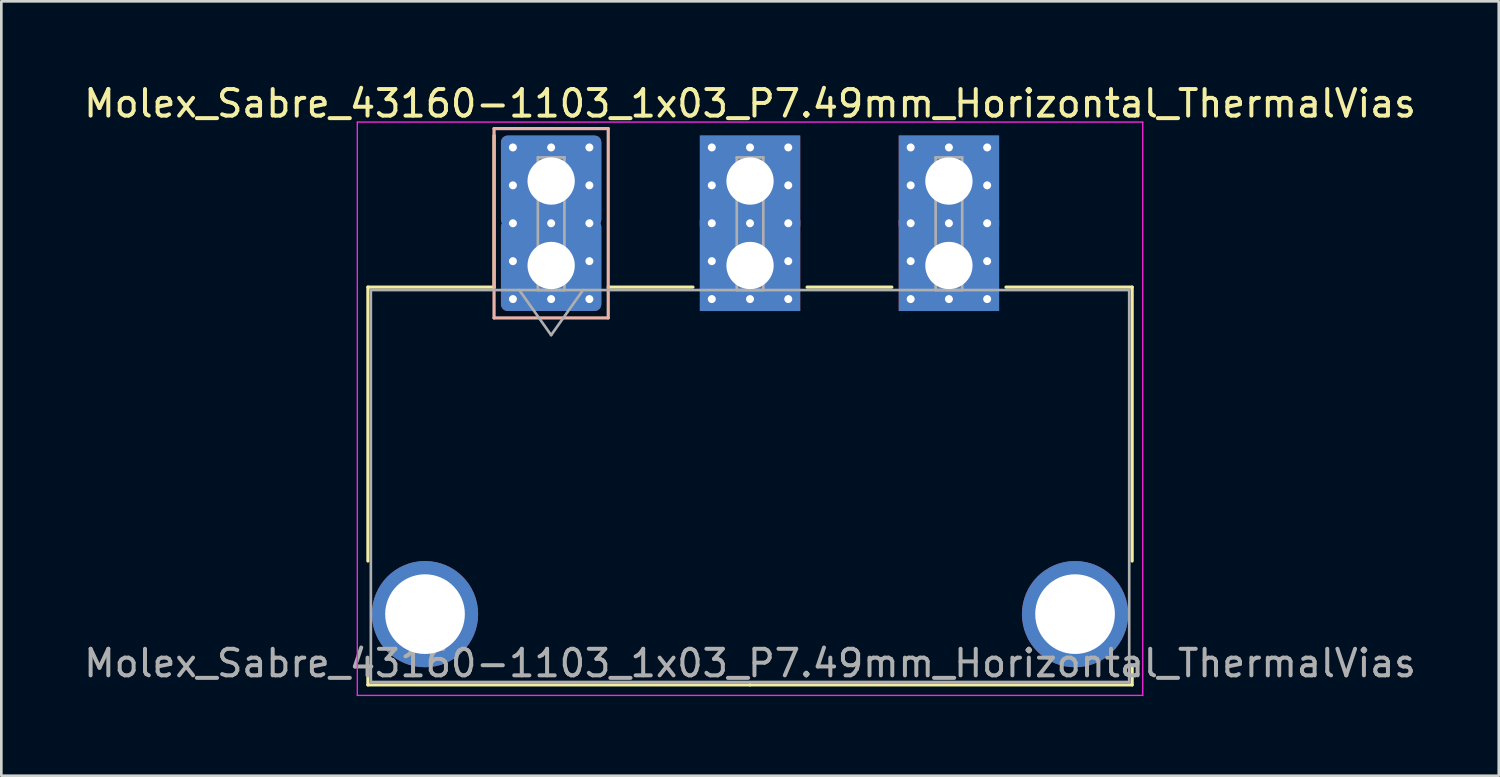
<source format=kicad_pcb>
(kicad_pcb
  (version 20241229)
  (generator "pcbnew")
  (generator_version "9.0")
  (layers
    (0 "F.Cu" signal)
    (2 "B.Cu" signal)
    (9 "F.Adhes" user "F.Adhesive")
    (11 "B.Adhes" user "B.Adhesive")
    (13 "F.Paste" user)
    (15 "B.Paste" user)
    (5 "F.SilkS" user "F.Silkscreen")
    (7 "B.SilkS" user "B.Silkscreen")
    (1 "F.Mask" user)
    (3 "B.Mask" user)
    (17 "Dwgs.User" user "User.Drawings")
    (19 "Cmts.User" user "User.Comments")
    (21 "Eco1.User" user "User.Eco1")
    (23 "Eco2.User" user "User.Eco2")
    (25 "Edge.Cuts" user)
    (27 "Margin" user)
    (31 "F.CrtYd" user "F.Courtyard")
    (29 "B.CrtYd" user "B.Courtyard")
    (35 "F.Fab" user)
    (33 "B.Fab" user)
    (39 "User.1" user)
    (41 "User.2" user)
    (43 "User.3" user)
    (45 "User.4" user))
  (footprint "Molex_Sabre_43160-1103_1x03_P7.49mm_Horizontal_ThermalVias"
    (layer "F.Cu")
    (at 17.706 6.948)
    (property "Reference" "Molex_Sabre_43160-1103_1x03_P7.49mm_Horizontal_ThermalVias" (at 7.49 -6.1 0) (layer "F.SilkS") (effects (font (size 1 1) (thickness 0.15))))
    (attr through_hole)
    (fp_line (start -6.9 0.815) (end -6.9 11.13) (stroke (width 0.12) (type solid)) (layer "F.SilkS"))
    (fp_line (start -6.9 15.13) (end -6.9 15.795) (stroke (width 0.12) (type solid)) (layer "F.SilkS"))
    (fp_line (start -6.9 15.795) (end 7.49 15.795) (stroke (width 0.12) (type solid)) (layer "F.SilkS"))
    (fp_line (start -2.15 0.815) (end -6.9 0.815) (stroke (width 0.12) (type solid)) (layer "F.SilkS"))
    (fp_line (start -2.15 0.815) (end -2.15 -4.895) (stroke (width 0.12) (type solid)) (layer "F.SilkS"))
    (fp_line (start 2.15 0.815) (end 5.34 0.815) (stroke (width 0.12) (type solid)) (layer "F.SilkS"))
    (fp_line (start 9.64 0.815) (end 12.83 0.815) (stroke (width 0.12) (type solid)) (layer "F.SilkS"))
    (fp_line (start 17.13 0.815) (end 21.88 0.815) (stroke (width 0.12) (type solid)) (layer "F.SilkS"))
    (fp_line (start 21.88 0.815) (end 21.88 11.13) (stroke (width 0.12) (type solid)) (layer "F.SilkS"))
    (fp_line (start 21.88 15.13) (end 21.88 15.795) (stroke (width 0.12) (type solid)) (layer "F.SilkS"))
    (fp_line (start 21.88 15.795) (end 7.49 15.795) (stroke (width 0.12) (type solid)) (layer "F.SilkS"))
    (fp_line (start -2.15 -5.155) (end -2.15 1.975) (stroke (width 0.12) (type solid)) (layer "B.SilkS"))
    (fp_line (start -2.15 1.975) (end 2.15 1.975) (stroke (width 0.12) (type solid)) (layer "B.SilkS"))
    (fp_line (start 2.15 -5.155) (end -2.15 -5.155) (stroke (width 0.12) (type solid)) (layer "B.SilkS"))
    (fp_line (start 2.15 1.975) (end 2.15 -5.155) (stroke (width 0.12) (type solid)) (layer "B.SilkS"))
    (fp_line (start -7.3 -5.4) (end -7.3 16.19) (stroke (width 0.05) (type solid)) (layer "F.CrtYd"))
    (fp_line (start -7.3 16.19) (end 22.28 16.19) (stroke (width 0.05) (type solid)) (layer "F.CrtYd"))
    (fp_line (start 22.28 -5.4) (end -7.3 -5.4) (stroke (width 0.05) (type solid)) (layer "F.CrtYd"))
    (fp_line (start 22.28 16.19) (end 22.28 -5.4) (stroke (width 0.05) (type solid)) (layer "F.CrtYd"))
    (fp_line (start -6.79 0.925) (end -6.79 15.685) (stroke (width 0.1) (type solid)) (layer "F.Fab"))
    (fp_line (start -6.79 15.685) (end 21.77 15.685) (stroke (width 0.1) (type solid)) (layer "F.Fab"))
    (fp_line (start -1.2 0.925) (end 0 2.622) (stroke (width 0.1) (type solid)) (layer "F.Fab"))
    (fp_line (start -0.5 -4.07) (end 0.5 -4.07) (stroke (width 0.1) (type solid)) (layer "F.Fab"))
    (fp_line (start -0.5 0.925) (end -0.5 -4.07) (stroke (width 0.1) (type solid)) (layer "F.Fab"))
    (fp_line (start 0 2.622) (end 1.2 0.925) (stroke (width 0.1) (type solid)) (layer "F.Fab"))
    (fp_line (start 0.5 -4.07) (end 0.5 0.925) (stroke (width 0.1) (type solid)) (layer "F.Fab"))
    (fp_line (start 0.5 0.925) (end -0.5 0.925) (stroke (width 0.1) (type solid)) (layer "F.Fab"))
    (fp_line (start 6.99 -4.07) (end 7.99 -4.07) (stroke (width 0.1) (type solid)) (layer "F.Fab"))
    (fp_line (start 6.99 0.925) (end 6.99 -4.07) (stroke (width 0.1) (type solid)) (layer "F.Fab"))
    (fp_line (start 7.99 -4.07) (end 7.99 0.925) (stroke (width 0.1) (type solid)) (layer "F.Fab"))
    (fp_line (start 7.99 0.925) (end 6.99 0.925) (stroke (width 0.1) (type solid)) (layer "F.Fab"))
    (fp_line (start 14.48 -4.07) (end 15.48 -4.07) (stroke (width 0.1) (type solid)) (layer "F.Fab"))
    (fp_line (start 14.48 0.925) (end 14.48 -4.07) (stroke (width 0.1) (type solid)) (layer "F.Fab"))
    (fp_line (start 15.48 -4.07) (end 15.48 0.925) (stroke (width 0.1) (type solid)) (layer "F.Fab"))
    (fp_line (start 15.48 0.925) (end 14.48 0.925) (stroke (width 0.1) (type solid)) (layer "F.Fab"))
    (fp_line (start 21.77 0.925) (end -6.79 0.925) (stroke (width 0.1) (type solid)) (layer "F.Fab"))
    (fp_line (start 21.77 15.685) (end 21.77 0.925) (stroke (width 0.1) (type solid)) (layer "F.Fab"))
    (fp_text user "${REFERENCE}" (at 7.49 14.98 0) (layer "F.Fab") (effects (font (size 1 1) (thickness 0.15))))
    (pad "" thru_hole circle (at -4.75 13.13) (size 4 4) (drill 3) (layers "*.Cu" "*.Mask"))
    (pad "" thru_hole circle (at 19.73 13.13) (size 4 4) (drill 3) (layers "*.Cu" "*.Mask"))
    (pad "1" thru_hole roundrect (at -1.44 -4.445) (size 0.6 0.6) (drill 0.3) (layers "*.Cu" "*.Mask") (roundrect_rratio 0.25))
    (pad "1" thru_hole roundrect (at -1.44 -3.018) (size 0.6 0.6) (drill 0.3) (layers "*.Cu" "*.Mask") (roundrect_rratio 0.25))
    (pad "1" thru_hole roundrect (at -1.44 -1.59) (size 0.6 0.6) (drill 0.3) (layers "*.Cu" "*.Mask") (roundrect_rratio 0.25))
    (pad "1" thru_hole roundrect (at -1.44 -0.163) (size 0.6 0.6) (drill 0.3) (layers "*.Cu" "*.Mask") (roundrect_rratio 0.25))
    (pad "1" thru_hole roundrect (at -1.44 1.265) (size 0.6 0.6) (drill 0.3) (layers "*.Cu" "*.Mask") (roundrect_rratio 0.25))
    (pad "1" thru_hole roundrect (at 0 -4.445) (size 0.6 0.6) (drill 0.3) (layers "*.Cu" "*.Mask") (roundrect_rratio 0.25))
    (pad "1" thru_hole roundrect (at 0 -3.18) (size 3.78 3.43) (drill 1.78) (layers "*.Cu" "*.Mask") (roundrect_rratio 0.073))
    (pad "1" thru_hole roundrect (at 0 -1.59) (size 0.6 0.6) (drill 0.3) (layers "*.Cu" "*.Mask") (roundrect_rratio 0.25))
    (pad "1" thru_hole roundrect (at 0 0) (size 3.78 3.43) (drill 1.78) (layers "*.Cu" "*.Mask") (roundrect_rratio 0.073))
    (pad "1" thru_hole roundrect (at 0 1.265) (size 0.6 0.6) (drill 0.3) (layers "*.Cu" "*.Mask") (roundrect_rratio 0.25))
    (pad "1" thru_hole roundrect (at 1.44 -4.445) (size 0.6 0.6) (drill 0.3) (layers "*.Cu" "*.Mask") (roundrect_rratio 0.25))
    (pad "1" thru_hole roundrect (at 1.44 -3.018) (size 0.6 0.6) (drill 0.3) (layers "*.Cu" "*.Mask") (roundrect_rratio 0.25))
    (pad "1" thru_hole roundrect (at 1.44 -1.59) (size 0.6 0.6) (drill 0.3) (layers "*.Cu" "*.Mask") (roundrect_rratio 0.25))
    (pad "1" thru_hole roundrect (at 1.44 -0.163) (size 0.6 0.6) (drill 0.3) (layers "*.Cu" "*.Mask") (roundrect_rratio 0.25))
    (pad "1" thru_hole roundrect (at 1.44 1.265) (size 0.6 0.6) (drill 0.3) (layers "*.Cu" "*.Mask") (roundrect_rratio 0.25))
    (pad "2" thru_hole circle (at 6.05 -4.445) (size 0.6 0.6) (drill 0.3) (layers "*.Cu" "*.Mask"))
    (pad "2" thru_hole circle (at 6.05 -3.018) (size 0.6 0.6) (drill 0.3) (layers "*.Cu" "*.Mask"))
    (pad "2" thru_hole circle (at 6.05 -1.59) (size 0.6 0.6) (drill 0.3) (layers "*.Cu" "*.Mask"))
    (pad "2" thru_hole circle (at 6.05 -0.163) (size 0.6 0.6) (drill 0.3) (layers "*.Cu" "*.Mask"))
    (pad "2" thru_hole circle (at 6.05 1.265) (size 0.6 0.6) (drill 0.3) (layers "*.Cu" "*.Mask"))
    (pad "2" thru_hole circle (at 7.49 -4.445) (size 0.6 0.6) (drill 0.3) (layers "*.Cu" "*.Mask"))
    (pad "2" thru_hole rect (at 7.49 -3.18) (size 3.78 3.43) (drill 1.78) (layers "*.Cu" "*.Mask"))
    (pad "2" thru_hole circle (at 7.49 -1.59) (size 0.6 0.6) (drill 0.3) (layers "*.Cu" "*.Mask"))
    (pad "2" thru_hole rect (at 7.49 0) (size 3.78 3.43) (drill 1.78) (layers "*.Cu" "*.Mask"))
    (pad "2" thru_hole circle (at 7.49 1.265) (size 0.6 0.6) (drill 0.3) (layers "*.Cu" "*.Mask"))
    (pad "2" thru_hole circle (at 8.93 -4.445) (size 0.6 0.6) (drill 0.3) (layers "*.Cu" "*.Mask"))
    (pad "2" thru_hole circle (at 8.93 -3.018) (size 0.6 0.6) (drill 0.3) (layers "*.Cu" "*.Mask"))
    (pad "2" thru_hole circle (at 8.93 -1.59) (size 0.6 0.6) (drill 0.3) (layers "*.Cu" "*.Mask"))
    (pad "2" thru_hole circle (at 8.93 -0.163) (size 0.6 0.6) (drill 0.3) (layers "*.Cu" "*.Mask"))
    (pad "2" thru_hole circle (at 8.93 1.265) (size 0.6 0.6) (drill 0.3) (layers "*.Cu" "*.Mask"))
    (pad "3" thru_hole circle (at 13.54 -4.445) (size 0.6 0.6) (drill 0.3) (layers "*.Cu" "*.Mask"))
    (pad "3" thru_hole circle (at 13.54 -3.018) (size 0.6 0.6) (drill 0.3) (layers "*.Cu" "*.Mask"))
    (pad "3" thru_hole circle (at 13.54 -1.59) (size 0.6 0.6) (drill 0.3) (layers "*.Cu" "*.Mask"))
    (pad "3" thru_hole circle (at 13.54 -0.163) (size 0.6 0.6) (drill 0.3) (layers "*.Cu" "*.Mask"))
    (pad "3" thru_hole circle (at 13.54 1.265) (size 0.6 0.6) (drill 0.3) (layers "*.Cu" "*.Mask"))
    (pad "3" thru_hole circle (at 14.98 -4.445) (size 0.6 0.6) (drill 0.3) (layers "*.Cu" "*.Mask"))
    (pad "3" thru_hole rect (at 14.98 -3.18) (size 3.78 3.43) (drill 1.78) (layers "*.Cu" "*.Mask"))
    (pad "3" thru_hole circle (at 14.98 -1.59) (size 0.6 0.6) (drill 0.3) (layers "*.Cu" "*.Mask"))
    (pad "3" thru_hole rect (at 14.98 0) (size 3.78 3.43) (drill 1.78) (layers "*.Cu" "*.Mask"))
    (pad "3" thru_hole circle (at 14.98 1.265) (size 0.6 0.6) (drill 0.3) (layers "*.Cu" "*.Mask"))
    (pad "3" thru_hole circle (at 16.42 -4.445) (size 0.6 0.6) (drill 0.3) (layers "*.Cu" "*.Mask"))
    (pad "3" thru_hole circle (at 16.42 -3.018) (size 0.6 0.6) (drill 0.3) (layers "*.Cu" "*.Mask"))
    (pad "3" thru_hole circle (at 16.42 -1.59) (size 0.6 0.6) (drill 0.3) (layers "*.Cu" "*.Mask"))
    (pad "3" thru_hole circle (at 16.42 -0.163) (size 0.6 0.6) (drill 0.3) (layers "*.Cu" "*.Mask"))
    (pad "3" thru_hole circle (at 16.42 1.265) (size 0.6 0.6) (drill 0.3) (layers "*.Cu" "*.Mask")))
  (gr_rect
    (start -3 -3)
    (end 53.393 26.163)
    (stroke (width 0.1) (type default))
    (fill no)
    (layer "Edge.Cuts")))
</source>
